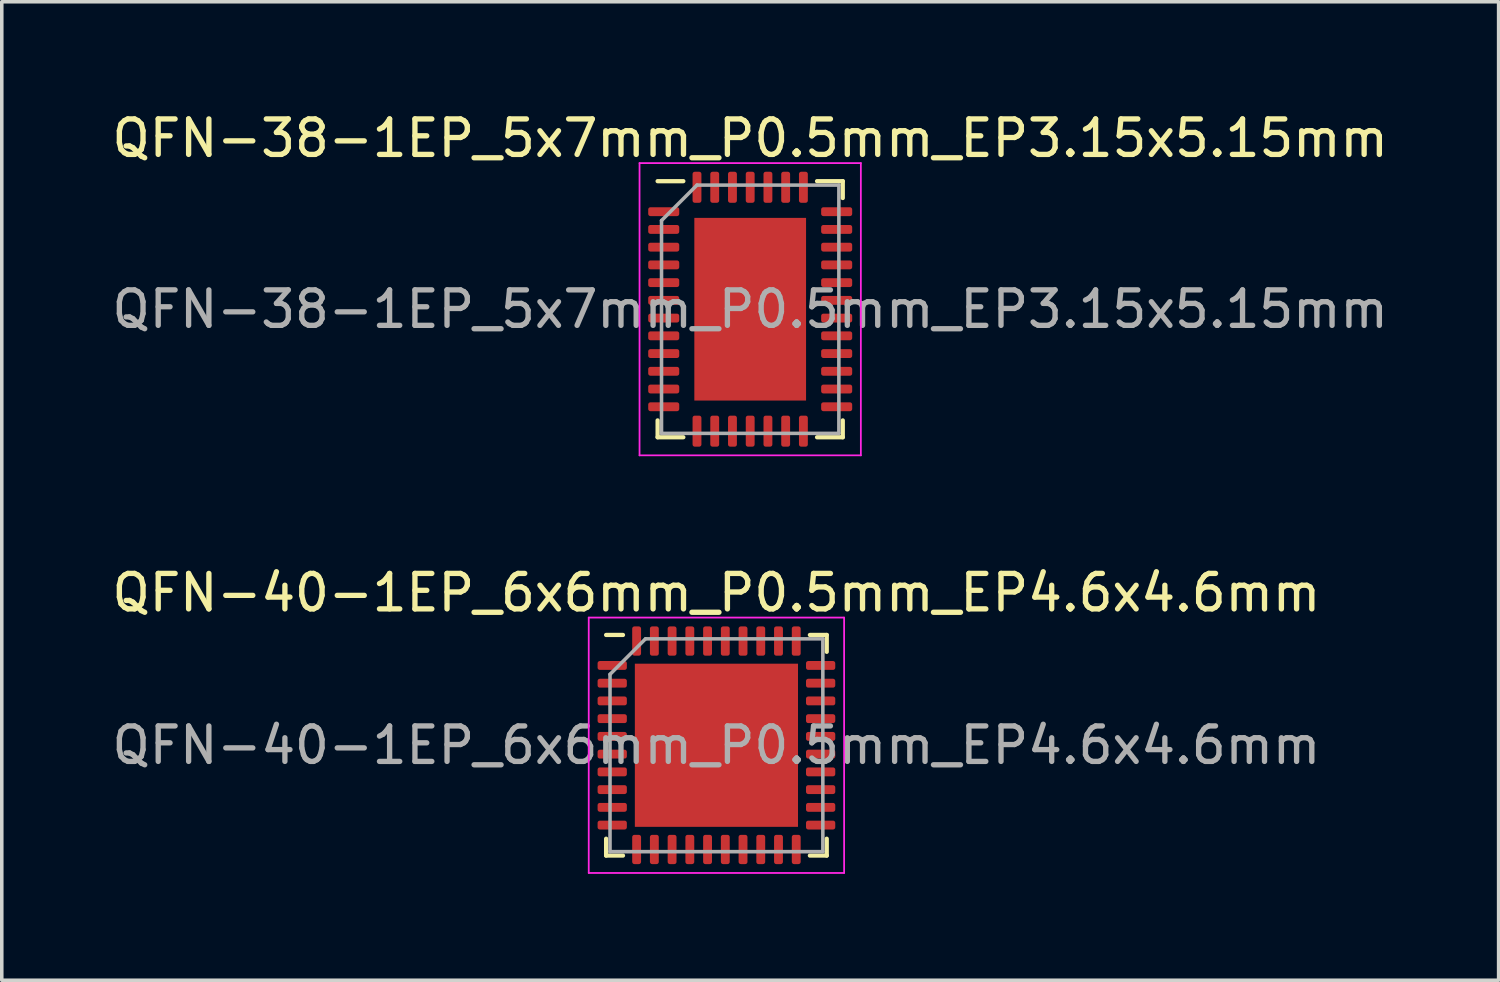
<source format=kicad_pcb>
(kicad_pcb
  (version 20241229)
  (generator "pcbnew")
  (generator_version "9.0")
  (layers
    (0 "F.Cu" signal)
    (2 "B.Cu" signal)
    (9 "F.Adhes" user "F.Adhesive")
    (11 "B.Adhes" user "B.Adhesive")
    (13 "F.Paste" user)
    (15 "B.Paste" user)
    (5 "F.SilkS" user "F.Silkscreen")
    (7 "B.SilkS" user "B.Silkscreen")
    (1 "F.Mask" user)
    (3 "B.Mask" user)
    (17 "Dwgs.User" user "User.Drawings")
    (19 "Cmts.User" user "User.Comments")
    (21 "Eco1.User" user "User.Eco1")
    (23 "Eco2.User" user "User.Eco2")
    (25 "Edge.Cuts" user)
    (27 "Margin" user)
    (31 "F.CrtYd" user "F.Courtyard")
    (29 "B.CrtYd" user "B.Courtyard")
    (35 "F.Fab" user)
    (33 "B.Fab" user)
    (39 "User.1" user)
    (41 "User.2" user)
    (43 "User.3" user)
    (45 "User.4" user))
  (footprint "QFN-38-1EP_5x7mm_P0.5mm_EP3.15x5.15mm"
    (layer "F.Cu")
    (at 18.101 5.668)
    (property "Reference" "QFN-38-1EP_5x7mm_P0.5mm_EP3.15x5.15mm" (at 0 -4.82 0) (layer "F.SilkS") (effects (font (size 1 1) (thickness 0.15))))
    (attr smd)
    (fp_line (start -2.61 3.61) (end -2.61 3.135) (stroke (width 0.12) (type solid)) (layer "F.SilkS"))
    (fp_line (start -1.885 -3.61) (end -2.61 -3.61) (stroke (width 0.12) (type solid)) (layer "F.SilkS"))
    (fp_line (start -1.885 3.61) (end -2.61 3.61) (stroke (width 0.12) (type solid)) (layer "F.SilkS"))
    (fp_line (start 1.885 -3.61) (end 2.61 -3.61) (stroke (width 0.12) (type solid)) (layer "F.SilkS"))
    (fp_line (start 1.885 3.61) (end 2.61 3.61) (stroke (width 0.12) (type solid)) (layer "F.SilkS"))
    (fp_line (start 2.61 -3.61) (end 2.61 -3.135) (stroke (width 0.12) (type solid)) (layer "F.SilkS"))
    (fp_line (start 2.61 3.61) (end 2.61 3.135) (stroke (width 0.12) (type solid)) (layer "F.SilkS"))
    (fp_line (start -3.12 -4.12) (end -3.12 4.12) (stroke (width 0.05) (type solid)) (layer "F.CrtYd"))
    (fp_line (start -3.12 4.12) (end 3.12 4.12) (stroke (width 0.05) (type solid)) (layer "F.CrtYd"))
    (fp_line (start 3.12 -4.12) (end -3.12 -4.12) (stroke (width 0.05) (type solid)) (layer "F.CrtYd"))
    (fp_line (start 3.12 4.12) (end 3.12 -4.12) (stroke (width 0.05) (type solid)) (layer "F.CrtYd"))
    (fp_line (start -2.5 -2.5) (end -1.5 -3.5) (stroke (width 0.1) (type solid)) (layer "F.Fab"))
    (fp_line (start -2.5 3.5) (end -2.5 -2.5) (stroke (width 0.1) (type solid)) (layer "F.Fab"))
    (fp_line (start -1.5 -3.5) (end 2.5 -3.5) (stroke (width 0.1) (type solid)) (layer "F.Fab"))
    (fp_line (start 2.5 -3.5) (end 2.5 3.5) (stroke (width 0.1) (type solid)) (layer "F.Fab"))
    (fp_line (start 2.5 3.5) (end -2.5 3.5) (stroke (width 0.1) (type solid)) (layer "F.Fab"))
    (fp_text user "${REFERENCE}" (at 0 0 0) (layer "F.Fab") (effects (font (size 1 1) (thickness 0.15))))
    (pad "" smd roundrect (at -1.05 -2.06) (size 0.85 0.83) (layers "F.Paste") (roundrect_rratio 0.25))
    (pad "" smd roundrect (at -1.05 -1.03) (size 0.85 0.83) (layers "F.Paste") (roundrect_rratio 0.25))
    (pad "" smd roundrect (at -1.05 0) (size 0.85 0.83) (layers "F.Paste") (roundrect_rratio 0.25))
    (pad "" smd roundrect (at -1.05 1.03) (size 0.85 0.83) (layers "F.Paste") (roundrect_rratio 0.25))
    (pad "" smd roundrect (at -1.05 2.06) (size 0.85 0.83) (layers "F.Paste") (roundrect_rratio 0.25))
    (pad "" smd roundrect (at 0 -2.06) (size 0.85 0.83) (layers "F.Paste") (roundrect_rratio 0.25))
    (pad "" smd roundrect (at 0 -1.03) (size 0.85 0.83) (layers "F.Paste") (roundrect_rratio 0.25))
    (pad "" smd roundrect (at 0 0) (size 0.85 0.83) (layers "F.Paste") (roundrect_rratio 0.25))
    (pad "" smd roundrect (at 0 1.03) (size 0.85 0.83) (layers "F.Paste") (roundrect_rratio 0.25))
    (pad "" smd roundrect (at 0 2.06) (size 0.85 0.83) (layers "F.Paste") (roundrect_rratio 0.25))
    (pad "" smd roundrect (at 1.05 -2.06) (size 0.85 0.83) (layers "F.Paste") (roundrect_rratio 0.25))
    (pad "" smd roundrect (at 1.05 -1.03) (size 0.85 0.83) (layers "F.Paste") (roundrect_rratio 0.25))
    (pad "" smd roundrect (at 1.05 0) (size 0.85 0.83) (layers "F.Paste") (roundrect_rratio 0.25))
    (pad "" smd roundrect (at 1.05 1.03) (size 0.85 0.83) (layers "F.Paste") (roundrect_rratio 0.25))
    (pad "" smd roundrect (at 1.05 2.06) (size 0.85 0.83) (layers "F.Paste") (roundrect_rratio 0.25))
    (pad "1" smd roundrect (at -2.438 -2.75) (size 0.875 0.25) (layers "F.Cu" "F.Mask" "F.Paste") (roundrect_rratio 0.25))
    (pad "2" smd roundrect (at -2.438 -2.25) (size 0.875 0.25) (layers "F.Cu" "F.Mask" "F.Paste") (roundrect_rratio 0.25))
    (pad "3" smd roundrect (at -2.438 -1.75) (size 0.875 0.25) (layers "F.Cu" "F.Mask" "F.Paste") (roundrect_rratio 0.25))
    (pad "4" smd roundrect (at -2.438 -1.25) (size 0.875 0.25) (layers "F.Cu" "F.Mask" "F.Paste") (roundrect_rratio 0.25))
    (pad "5" smd roundrect (at -2.438 -0.75) (size 0.875 0.25) (layers "F.Cu" "F.Mask" "F.Paste") (roundrect_rratio 0.25))
    (pad "6" smd roundrect (at -2.438 -0.25) (size 0.875 0.25) (layers "F.Cu" "F.Mask" "F.Paste") (roundrect_rratio 0.25))
    (pad "7" smd roundrect (at -2.438 0.25) (size 0.875 0.25) (layers "F.Cu" "F.Mask" "F.Paste") (roundrect_rratio 0.25))
    (pad "8" smd roundrect (at -2.438 0.75) (size 0.875 0.25) (layers "F.Cu" "F.Mask" "F.Paste") (roundrect_rratio 0.25))
    (pad "9" smd roundrect (at -2.438 1.25) (size 0.875 0.25) (layers "F.Cu" "F.Mask" "F.Paste") (roundrect_rratio 0.25))
    (pad "10" smd roundrect (at -2.438 1.75) (size 0.875 0.25) (layers "F.Cu" "F.Mask" "F.Paste") (roundrect_rratio 0.25))
    (pad "11" smd roundrect (at -2.438 2.25) (size 0.875 0.25) (layers "F.Cu" "F.Mask" "F.Paste") (roundrect_rratio 0.25))
    (pad "12" smd roundrect (at -2.438 2.75) (size 0.875 0.25) (layers "F.Cu" "F.Mask" "F.Paste") (roundrect_rratio 0.25))
    (pad "13" smd roundrect (at -1.5 3.438) (size 0.25 0.875) (layers "F.Cu" "F.Mask" "F.Paste") (roundrect_rratio 0.25))
    (pad "14" smd roundrect (at -1 3.438) (size 0.25 0.875) (layers "F.Cu" "F.Mask" "F.Paste") (roundrect_rratio 0.25))
    (pad "15" smd roundrect (at -0.5 3.438) (size 0.25 0.875) (layers "F.Cu" "F.Mask" "F.Paste") (roundrect_rratio 0.25))
    (pad "16" smd roundrect (at 0 3.438) (size 0.25 0.875) (layers "F.Cu" "F.Mask" "F.Paste") (roundrect_rratio 0.25))
    (pad "17" smd roundrect (at 0.5 3.438) (size 0.25 0.875) (layers "F.Cu" "F.Mask" "F.Paste") (roundrect_rratio 0.25))
    (pad "18" smd roundrect (at 1 3.438) (size 0.25 0.875) (layers "F.Cu" "F.Mask" "F.Paste") (roundrect_rratio 0.25))
    (pad "19" smd roundrect (at 1.5 3.438) (size 0.25 0.875) (layers "F.Cu" "F.Mask" "F.Paste") (roundrect_rratio 0.25))
    (pad "20" smd roundrect (at 2.438 2.75) (size 0.875 0.25) (layers "F.Cu" "F.Mask" "F.Paste") (roundrect_rratio 0.25))
    (pad "21" smd roundrect (at 2.438 2.25) (size 0.875 0.25) (layers "F.Cu" "F.Mask" "F.Paste") (roundrect_rratio 0.25))
    (pad "22" smd roundrect (at 2.438 1.75) (size 0.875 0.25) (layers "F.Cu" "F.Mask" "F.Paste") (roundrect_rratio 0.25))
    (pad "23" smd roundrect (at 2.438 1.25) (size 0.875 0.25) (layers "F.Cu" "F.Mask" "F.Paste") (roundrect_rratio 0.25))
    (pad "24" smd roundrect (at 2.438 0.75) (size 0.875 0.25) (layers "F.Cu" "F.Mask" "F.Paste") (roundrect_rratio 0.25))
    (pad "25" smd roundrect (at 2.438 0.25) (size 0.875 0.25) (layers "F.Cu" "F.Mask" "F.Paste") (roundrect_rratio 0.25))
    (pad "26" smd roundrect (at 2.438 -0.25) (size 0.875 0.25) (layers "F.Cu" "F.Mask" "F.Paste") (roundrect_rratio 0.25))
    (pad "27" smd roundrect (at 2.438 -0.75) (size 0.875 0.25) (layers "F.Cu" "F.Mask" "F.Paste") (roundrect_rratio 0.25))
    (pad "28" smd roundrect (at 2.438 -1.25) (size 0.875 0.25) (layers "F.Cu" "F.Mask" "F.Paste") (roundrect_rratio 0.25))
    (pad "29" smd roundrect (at 2.438 -1.75) (size 0.875 0.25) (layers "F.Cu" "F.Mask" "F.Paste") (roundrect_rratio 0.25))
    (pad "30" smd roundrect (at 2.438 -2.25) (size 0.875 0.25) (layers "F.Cu" "F.Mask" "F.Paste") (roundrect_rratio 0.25))
    (pad "31" smd roundrect (at 2.438 -2.75) (size 0.875 0.25) (layers "F.Cu" "F.Mask" "F.Paste") (roundrect_rratio 0.25))
    (pad "32" smd roundrect (at 1.5 -3.438) (size 0.25 0.875) (layers "F.Cu" "F.Mask" "F.Paste") (roundrect_rratio 0.25))
    (pad "33" smd roundrect (at 1 -3.438) (size 0.25 0.875) (layers "F.Cu" "F.Mask" "F.Paste") (roundrect_rratio 0.25))
    (pad "34" smd roundrect (at 0.5 -3.438) (size 0.25 0.875) (layers "F.Cu" "F.Mask" "F.Paste") (roundrect_rratio 0.25))
    (pad "35" smd roundrect (at 0 -3.438) (size 0.25 0.875) (layers "F.Cu" "F.Mask" "F.Paste") (roundrect_rratio 0.25))
    (pad "36" smd roundrect (at -0.5 -3.438) (size 0.25 0.875) (layers "F.Cu" "F.Mask" "F.Paste") (roundrect_rratio 0.25))
    (pad "37" smd roundrect (at -1 -3.438) (size 0.25 0.875) (layers "F.Cu" "F.Mask" "F.Paste") (roundrect_rratio 0.25))
    (pad "38" smd roundrect (at -1.5 -3.438) (size 0.25 0.875) (layers "F.Cu" "F.Mask" "F.Paste") (roundrect_rratio 0.25))
    (pad "39" smd rect (at 0 0) (size 3.15 5.15) (layers "F.Cu" "F.Mask")))
  (footprint "QFN-40-1EP_6x6mm_P0.5mm_EP4.6x4.6mm"
    (layer "F.Cu")
    (at 17.149 17.962)
    (property "Reference" "QFN-40-1EP_6x6mm_P0.5mm_EP4.6x4.6mm" (at 0 -4.3 0) (layer "F.SilkS") (effects (font (size 1 1) (thickness 0.15))))
    (attr smd)
    (fp_line (start -3.11 3.11) (end -3.11 2.635) (stroke (width 0.12) (type solid)) (layer "F.SilkS"))
    (fp_line (start -2.635 -3.11) (end -3.11 -3.11) (stroke (width 0.12) (type solid)) (layer "F.SilkS"))
    (fp_line (start -2.635 3.11) (end -3.11 3.11) (stroke (width 0.12) (type solid)) (layer "F.SilkS"))
    (fp_line (start 2.635 -3.11) (end 3.11 -3.11) (stroke (width 0.12) (type solid)) (layer "F.SilkS"))
    (fp_line (start 2.635 3.11) (end 3.11 3.11) (stroke (width 0.12) (type solid)) (layer "F.SilkS"))
    (fp_line (start 3.11 -3.11) (end 3.11 -2.635) (stroke (width 0.12) (type solid)) (layer "F.SilkS"))
    (fp_line (start 3.11 3.11) (end 3.11 2.635) (stroke (width 0.12) (type solid)) (layer "F.SilkS"))
    (fp_line (start -3.6 -3.6) (end -3.6 3.6) (stroke (width 0.05) (type solid)) (layer "F.CrtYd"))
    (fp_line (start -3.6 3.6) (end 3.6 3.6) (stroke (width 0.05) (type solid)) (layer "F.CrtYd"))
    (fp_line (start 3.6 -3.6) (end -3.6 -3.6) (stroke (width 0.05) (type solid)) (layer "F.CrtYd"))
    (fp_line (start 3.6 3.6) (end 3.6 -3.6) (stroke (width 0.05) (type solid)) (layer "F.CrtYd"))
    (fp_line (start -3 -2) (end -2 -3) (stroke (width 0.1) (type solid)) (layer "F.Fab"))
    (fp_line (start -3 3) (end -3 -2) (stroke (width 0.1) (type solid)) (layer "F.Fab"))
    (fp_line (start -2 -3) (end 3 -3) (stroke (width 0.1) (type solid)) (layer "F.Fab"))
    (fp_line (start 3 -3) (end 3 3) (stroke (width 0.1) (type solid)) (layer "F.Fab"))
    (fp_line (start 3 3) (end -3 3) (stroke (width 0.1) (type solid)) (layer "F.Fab"))
    (fp_text user "${REFERENCE}" (at 0 0 0) (layer "F.Fab") (effects (font (size 1 1) (thickness 0.15))))
    (pad "" smd roundrect (at -1.725 -1.725) (size 0.93 0.93) (layers "F.Paste") (roundrect_rratio 0.25))
    (pad "" smd roundrect (at -1.725 -0.575) (size 0.93 0.93) (layers "F.Paste") (roundrect_rratio 0.25))
    (pad "" smd roundrect (at -1.725 0.575) (size 0.93 0.93) (layers "F.Paste") (roundrect_rratio 0.25))
    (pad "" smd roundrect (at -1.725 1.725) (size 0.93 0.93) (layers "F.Paste") (roundrect_rratio 0.25))
    (pad "" smd roundrect (at -0.575 -1.725) (size 0.93 0.93) (layers "F.Paste") (roundrect_rratio 0.25))
    (pad "" smd roundrect (at -0.575 -0.575) (size 0.93 0.93) (layers "F.Paste") (roundrect_rratio 0.25))
    (pad "" smd roundrect (at -0.575 0.575) (size 0.93 0.93) (layers "F.Paste") (roundrect_rratio 0.25))
    (pad "" smd roundrect (at -0.575 1.725) (size 0.93 0.93) (layers "F.Paste") (roundrect_rratio 0.25))
    (pad "" smd roundrect (at 0.575 -1.725) (size 0.93 0.93) (layers "F.Paste") (roundrect_rratio 0.25))
    (pad "" smd roundrect (at 0.575 -0.575) (size 0.93 0.93) (layers "F.Paste") (roundrect_rratio 0.25))
    (pad "" smd roundrect (at 0.575 0.575) (size 0.93 0.93) (layers "F.Paste") (roundrect_rratio 0.25))
    (pad "" smd roundrect (at 0.575 1.725) (size 0.93 0.93) (layers "F.Paste") (roundrect_rratio 0.25))
    (pad "" smd roundrect (at 1.725 -1.725) (size 0.93 0.93) (layers "F.Paste") (roundrect_rratio 0.25))
    (pad "" smd roundrect (at 1.725 -0.575) (size 0.93 0.93) (layers "F.Paste") (roundrect_rratio 0.25))
    (pad "" smd roundrect (at 1.725 0.575) (size 0.93 0.93) (layers "F.Paste") (roundrect_rratio 0.25))
    (pad "" smd roundrect (at 1.725 1.725) (size 0.93 0.93) (layers "F.Paste") (roundrect_rratio 0.25))
    (pad "1" smd roundrect (at -2.938 -2.25) (size 0.825 0.25) (layers "F.Cu" "F.Mask" "F.Paste") (roundrect_rratio 0.25))
    (pad "2" smd roundrect (at -2.938 -1.75) (size 0.825 0.25) (layers "F.Cu" "F.Mask" "F.Paste") (roundrect_rratio 0.25))
    (pad "3" smd roundrect (at -2.938 -1.25) (size 0.825 0.25) (layers "F.Cu" "F.Mask" "F.Paste") (roundrect_rratio 0.25))
    (pad "4" smd roundrect (at -2.938 -0.75) (size 0.825 0.25) (layers "F.Cu" "F.Mask" "F.Paste") (roundrect_rratio 0.25))
    (pad "5" smd roundrect (at -2.938 -0.25) (size 0.825 0.25) (layers "F.Cu" "F.Mask" "F.Paste") (roundrect_rratio 0.25))
    (pad "6" smd roundrect (at -2.938 0.25) (size 0.825 0.25) (layers "F.Cu" "F.Mask" "F.Paste") (roundrect_rratio 0.25))
    (pad "7" smd roundrect (at -2.938 0.75) (size 0.825 0.25) (layers "F.Cu" "F.Mask" "F.Paste") (roundrect_rratio 0.25))
    (pad "8" smd roundrect (at -2.938 1.25) (size 0.825 0.25) (layers "F.Cu" "F.Mask" "F.Paste") (roundrect_rratio 0.25))
    (pad "9" smd roundrect (at -2.938 1.75) (size 0.825 0.25) (layers "F.Cu" "F.Mask" "F.Paste") (roundrect_rratio 0.25))
    (pad "10" smd roundrect (at -2.938 2.25) (size 0.825 0.25) (layers "F.Cu" "F.Mask" "F.Paste") (roundrect_rratio 0.25))
    (pad "11" smd roundrect (at -2.25 2.938) (size 0.25 0.825) (layers "F.Cu" "F.Mask" "F.Paste") (roundrect_rratio 0.25))
    (pad "12" smd roundrect (at -1.75 2.938) (size 0.25 0.825) (layers "F.Cu" "F.Mask" "F.Paste") (roundrect_rratio 0.25))
    (pad "13" smd roundrect (at -1.25 2.938) (size 0.25 0.825) (layers "F.Cu" "F.Mask" "F.Paste") (roundrect_rratio 0.25))
    (pad "14" smd roundrect (at -0.75 2.938) (size 0.25 0.825) (layers "F.Cu" "F.Mask" "F.Paste") (roundrect_rratio 0.25))
    (pad "15" smd roundrect (at -0.25 2.938) (size 0.25 0.825) (layers "F.Cu" "F.Mask" "F.Paste") (roundrect_rratio 0.25))
    (pad "16" smd roundrect (at 0.25 2.938) (size 0.25 0.825) (layers "F.Cu" "F.Mask" "F.Paste") (roundrect_rratio 0.25))
    (pad "17" smd roundrect (at 0.75 2.938) (size 0.25 0.825) (layers "F.Cu" "F.Mask" "F.Paste") (roundrect_rratio 0.25))
    (pad "18" smd roundrect (at 1.25 2.938) (size 0.25 0.825) (layers "F.Cu" "F.Mask" "F.Paste") (roundrect_rratio 0.25))
    (pad "19" smd roundrect (at 1.75 2.938) (size 0.25 0.825) (layers "F.Cu" "F.Mask" "F.Paste") (roundrect_rratio 0.25))
    (pad "20" smd roundrect (at 2.25 2.938) (size 0.25 0.825) (layers "F.Cu" "F.Mask" "F.Paste") (roundrect_rratio 0.25))
    (pad "21" smd roundrect (at 2.938 2.25) (size 0.825 0.25) (layers "F.Cu" "F.Mask" "F.Paste") (roundrect_rratio 0.25))
    (pad "22" smd roundrect (at 2.938 1.75) (size 0.825 0.25) (layers "F.Cu" "F.Mask" "F.Paste") (roundrect_rratio 0.25))
    (pad "23" smd roundrect (at 2.938 1.25) (size 0.825 0.25) (layers "F.Cu" "F.Mask" "F.Paste") (roundrect_rratio 0.25))
    (pad "24" smd roundrect (at 2.938 0.75) (size 0.825 0.25) (layers "F.Cu" "F.Mask" "F.Paste") (roundrect_rratio 0.25))
    (pad "25" smd roundrect (at 2.938 0.25) (size 0.825 0.25) (layers "F.Cu" "F.Mask" "F.Paste") (roundrect_rratio 0.25))
    (pad "26" smd roundrect (at 2.938 -0.25) (size 0.825 0.25) (layers "F.Cu" "F.Mask" "F.Paste") (roundrect_rratio 0.25))
    (pad "27" smd roundrect (at 2.938 -0.75) (size 0.825 0.25) (layers "F.Cu" "F.Mask" "F.Paste") (roundrect_rratio 0.25))
    (pad "28" smd roundrect (at 2.938 -1.25) (size 0.825 0.25) (layers "F.Cu" "F.Mask" "F.Paste") (roundrect_rratio 0.25))
    (pad "29" smd roundrect (at 2.938 -1.75) (size 0.825 0.25) (layers "F.Cu" "F.Mask" "F.Paste") (roundrect_rratio 0.25))
    (pad "30" smd roundrect (at 2.938 -2.25) (size 0.825 0.25) (layers "F.Cu" "F.Mask" "F.Paste") (roundrect_rratio 0.25))
    (pad "31" smd roundrect (at 2.25 -2.938) (size 0.25 0.825) (layers "F.Cu" "F.Mask" "F.Paste") (roundrect_rratio 0.25))
    (pad "32" smd roundrect (at 1.75 -2.938) (size 0.25 0.825) (layers "F.Cu" "F.Mask" "F.Paste") (roundrect_rratio 0.25))
    (pad "33" smd roundrect (at 1.25 -2.938) (size 0.25 0.825) (layers "F.Cu" "F.Mask" "F.Paste") (roundrect_rratio 0.25))
    (pad "34" smd roundrect (at 0.75 -2.938) (size 0.25 0.825) (layers "F.Cu" "F.Mask" "F.Paste") (roundrect_rratio 0.25))
    (pad "35" smd roundrect (at 0.25 -2.938) (size 0.25 0.825) (layers "F.Cu" "F.Mask" "F.Paste") (roundrect_rratio 0.25))
    (pad "36" smd roundrect (at -0.25 -2.938) (size 0.25 0.825) (layers "F.Cu" "F.Mask" "F.Paste") (roundrect_rratio 0.25))
    (pad "37" smd roundrect (at -0.75 -2.938) (size 0.25 0.825) (layers "F.Cu" "F.Mask" "F.Paste") (roundrect_rratio 0.25))
    (pad "38" smd roundrect (at -1.25 -2.938) (size 0.25 0.825) (layers "F.Cu" "F.Mask" "F.Paste") (roundrect_rratio 0.25))
    (pad "39" smd roundrect (at -1.75 -2.938) (size 0.25 0.825) (layers "F.Cu" "F.Mask" "F.Paste") (roundrect_rratio 0.25))
    (pad "40" smd roundrect (at -2.25 -2.938) (size 0.25 0.825) (layers "F.Cu" "F.Mask" "F.Paste") (roundrect_rratio 0.25))
    (pad "41" smd rect (at 0 0) (size 4.6 4.6) (layers "F.Cu" "F.Mask")))
  (gr_rect
    (start -3 -3)
    (end 39.202 24.587)
    (stroke (width 0.1) (type default))
    (fill no)
    (layer "Edge.Cuts")))
</source>
